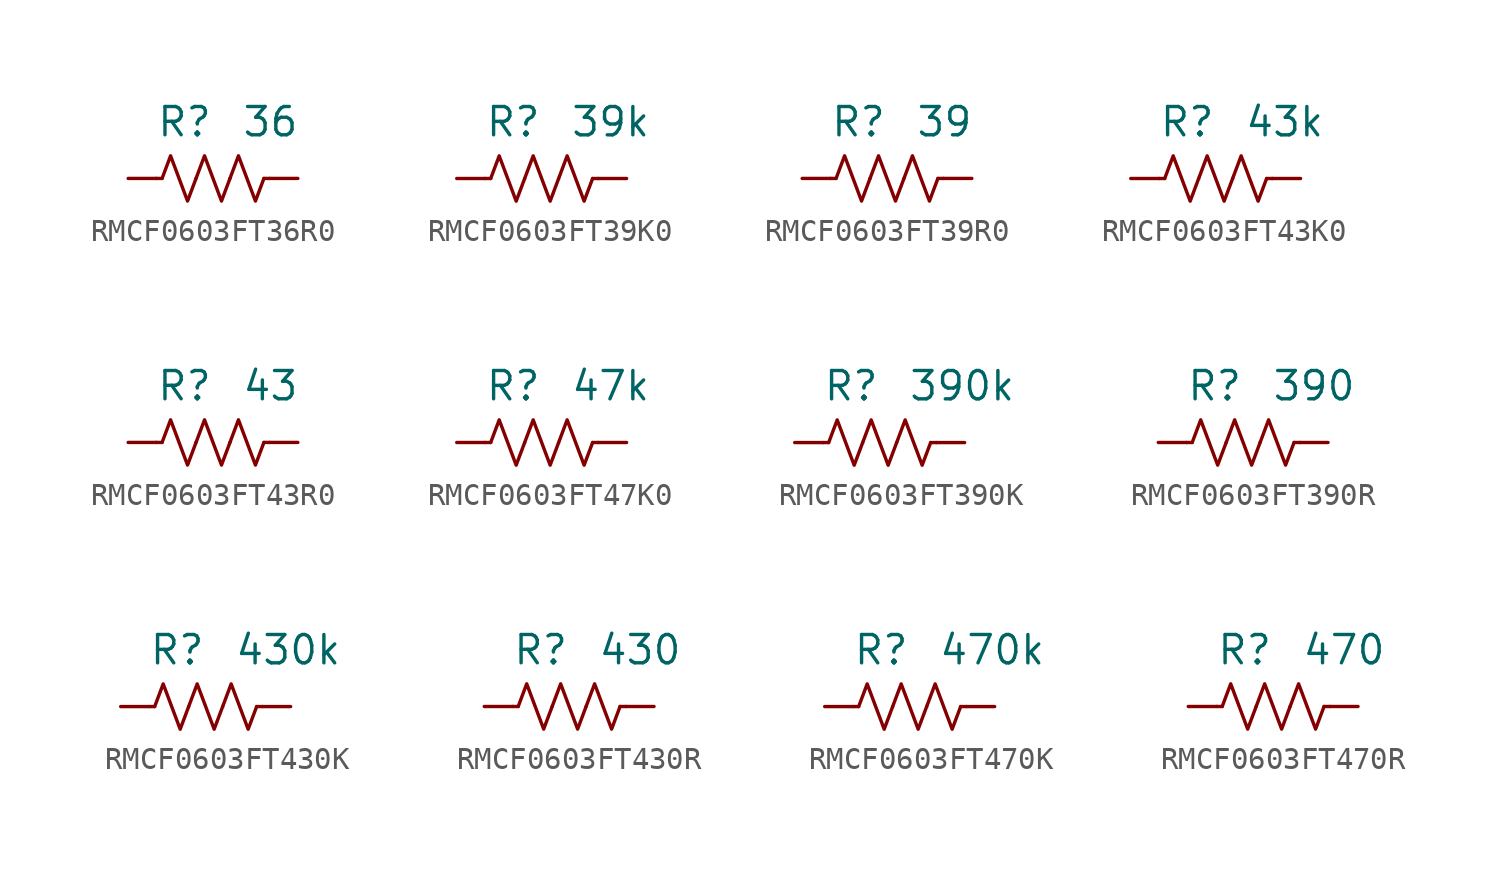
<source format=kicad_sym>
(kicad_symbol_lib
  (version 20241209)
  (generator "kicad_symbol_editor")
  (generator_version "9.0")
  (symbol "RMCF0603FT36R0"
    (pin_numbers
      (hide yes))
    (property "Reference" "R"
      (at 0 2.54 0)
      (effects (font (size 1.27 1.27)) (justify right)))
    (property "Value" "36"
      (at 1.27 2.54 0)
      (effects (font (size 1.27 1.27)) (justify left)))
    (symbol "RMCF0603FT36R0_0_1"
      (polyline (pts (xy -2.286 0) (xy -2.54 0)) (stroke (width 0) (type default)) (fill (type none)))
      (polyline (pts (xy -2.286 0) (xy -1.905 1.016) (xy -1.524 0) (xy -1.143 -1.016) (xy -0.762 0)) (stroke (width 0) (type default)) (fill (type none)))
      (polyline (pts (xy -0.762 0) (xy -0.381 1.016) (xy 0 0) (xy 0.381 -1.016) (xy 0.762 0)) (stroke (width 0) (type default)) (fill (type none)))
      (polyline (pts (xy 0.762 0) (xy 1.143 1.016) (xy 1.524 0) (xy 1.905 -1.016) (xy 2.286 0)) (stroke (width 0) (type default)) (fill (type none)))
      (polyline (pts (xy 2.286 0) (xy 2.54 0)) (stroke (width 0) (type default)) (fill (type none))))
    (symbol "RMCF0603FT36R0_1_1"
      (pin passive line (at -3.81 0 0) (length 1.27) (name "~" (effects (font (size 1.27 1.27)))) (number "1" (effects (font (size 1.27 1.27)))))
      (pin passive line (at 3.81 0 180) (length 1.27) (name "~" (effects (font (size 1.27 1.27)))) (number "2" (effects (font (size 1.27 1.27)))))))
  (symbol "RMCF0603FT39K0"
    (pin_numbers
      (hide yes))
    (property "Reference" "R"
      (at 0 2.54 0)
      (effects (font (size 1.27 1.27)) (justify right)))
    (property "Value" "39k"
      (at 1.27 2.54 0)
      (effects (font (size 1.27 1.27)) (justify left)))
    (symbol "RMCF0603FT39K0_0_1"
      (polyline (pts (xy -2.286 0) (xy -2.54 0)) (stroke (width 0) (type default)) (fill (type none)))
      (polyline (pts (xy -2.286 0) (xy -1.905 1.016) (xy -1.524 0) (xy -1.143 -1.016) (xy -0.762 0)) (stroke (width 0) (type default)) (fill (type none)))
      (polyline (pts (xy -0.762 0) (xy -0.381 1.016) (xy 0 0) (xy 0.381 -1.016) (xy 0.762 0)) (stroke (width 0) (type default)) (fill (type none)))
      (polyline (pts (xy 0.762 0) (xy 1.143 1.016) (xy 1.524 0) (xy 1.905 -1.016) (xy 2.286 0)) (stroke (width 0) (type default)) (fill (type none)))
      (polyline (pts (xy 2.286 0) (xy 2.54 0)) (stroke (width 0) (type default)) (fill (type none))))
    (symbol "RMCF0603FT39K0_1_1"
      (pin passive line (at -3.81 0 0) (length 1.27) (name "~" (effects (font (size 1.27 1.27)))) (number "1" (effects (font (size 1.27 1.27)))))
      (pin passive line (at 3.81 0 180) (length 1.27) (name "~" (effects (font (size 1.27 1.27)))) (number "2" (effects (font (size 1.27 1.27)))))))
  (symbol "RMCF0603FT39R0"
    (pin_numbers
      (hide yes))
    (property "Reference" "R"
      (at 0 2.54 0)
      (effects (font (size 1.27 1.27)) (justify right)))
    (property "Value" "39"
      (at 1.27 2.54 0)
      (effects (font (size 1.27 1.27)) (justify left)))
    (symbol "RMCF0603FT39R0_0_1"
      (polyline (pts (xy -2.286 0) (xy -2.54 0)) (stroke (width 0) (type default)) (fill (type none)))
      (polyline (pts (xy -2.286 0) (xy -1.905 1.016) (xy -1.524 0) (xy -1.143 -1.016) (xy -0.762 0)) (stroke (width 0) (type default)) (fill (type none)))
      (polyline (pts (xy -0.762 0) (xy -0.381 1.016) (xy 0 0) (xy 0.381 -1.016) (xy 0.762 0)) (stroke (width 0) (type default)) (fill (type none)))
      (polyline (pts (xy 0.762 0) (xy 1.143 1.016) (xy 1.524 0) (xy 1.905 -1.016) (xy 2.286 0)) (stroke (width 0) (type default)) (fill (type none)))
      (polyline (pts (xy 2.286 0) (xy 2.54 0)) (stroke (width 0) (type default)) (fill (type none))))
    (symbol "RMCF0603FT39R0_1_1"
      (pin passive line (at -3.81 0 0) (length 1.27) (name "~" (effects (font (size 1.27 1.27)))) (number "1" (effects (font (size 1.27 1.27)))))
      (pin passive line (at 3.81 0 180) (length 1.27) (name "~" (effects (font (size 1.27 1.27)))) (number "2" (effects (font (size 1.27 1.27)))))))
  (symbol "RMCF0603FT43K0"
    (pin_numbers
      (hide yes))
    (property "Reference" "R"
      (at 0 2.54 0)
      (effects (font (size 1.27 1.27)) (justify right)))
    (property "Value" "43k"
      (at 1.27 2.54 0)
      (effects (font (size 1.27 1.27)) (justify left)))
    (symbol "RMCF0603FT43K0_0_1"
      (polyline (pts (xy -2.286 0) (xy -2.54 0)) (stroke (width 0) (type default)) (fill (type none)))
      (polyline (pts (xy -2.286 0) (xy -1.905 1.016) (xy -1.524 0) (xy -1.143 -1.016) (xy -0.762 0)) (stroke (width 0) (type default)) (fill (type none)))
      (polyline (pts (xy -0.762 0) (xy -0.381 1.016) (xy 0 0) (xy 0.381 -1.016) (xy 0.762 0)) (stroke (width 0) (type default)) (fill (type none)))
      (polyline (pts (xy 0.762 0) (xy 1.143 1.016) (xy 1.524 0) (xy 1.905 -1.016) (xy 2.286 0)) (stroke (width 0) (type default)) (fill (type none)))
      (polyline (pts (xy 2.286 0) (xy 2.54 0)) (stroke (width 0) (type default)) (fill (type none))))
    (symbol "RMCF0603FT43K0_1_1"
      (pin passive line (at -3.81 0 0) (length 1.27) (name "~" (effects (font (size 1.27 1.27)))) (number "1" (effects (font (size 1.27 1.27)))))
      (pin passive line (at 3.81 0 180) (length 1.27) (name "~" (effects (font (size 1.27 1.27)))) (number "2" (effects (font (size 1.27 1.27)))))))
  (symbol "RMCF0603FT43R0"
    (pin_numbers
      (hide yes))
    (property "Reference" "R"
      (at 0 2.54 0)
      (effects (font (size 1.27 1.27)) (justify right)))
    (property "Value" "43"
      (at 1.27 2.54 0)
      (effects (font (size 1.27 1.27)) (justify left)))
    (symbol "RMCF0603FT43R0_0_1"
      (polyline (pts (xy -2.286 0) (xy -2.54 0)) (stroke (width 0) (type default)) (fill (type none)))
      (polyline (pts (xy -2.286 0) (xy -1.905 1.016) (xy -1.524 0) (xy -1.143 -1.016) (xy -0.762 0)) (stroke (width 0) (type default)) (fill (type none)))
      (polyline (pts (xy -0.762 0) (xy -0.381 1.016) (xy 0 0) (xy 0.381 -1.016) (xy 0.762 0)) (stroke (width 0) (type default)) (fill (type none)))
      (polyline (pts (xy 0.762 0) (xy 1.143 1.016) (xy 1.524 0) (xy 1.905 -1.016) (xy 2.286 0)) (stroke (width 0) (type default)) (fill (type none)))
      (polyline (pts (xy 2.286 0) (xy 2.54 0)) (stroke (width 0) (type default)) (fill (type none))))
    (symbol "RMCF0603FT43R0_1_1"
      (pin passive line (at -3.81 0 0) (length 1.27) (name "~" (effects (font (size 1.27 1.27)))) (number "1" (effects (font (size 1.27 1.27)))))
      (pin passive line (at 3.81 0 180) (length 1.27) (name "~" (effects (font (size 1.27 1.27)))) (number "2" (effects (font (size 1.27 1.27)))))))
  (symbol "RMCF0603FT47K0"
    (pin_numbers
      (hide yes))
    (property "Reference" "R"
      (at 0 2.54 0)
      (effects (font (size 1.27 1.27)) (justify right)))
    (property "Value" "47k"
      (at 1.27 2.54 0)
      (effects (font (size 1.27 1.27)) (justify left)))
    (symbol "RMCF0603FT47K0_0_1"
      (polyline (pts (xy -2.286 0) (xy -2.54 0)) (stroke (width 0) (type default)) (fill (type none)))
      (polyline (pts (xy -2.286 0) (xy -1.905 1.016) (xy -1.524 0) (xy -1.143 -1.016) (xy -0.762 0)) (stroke (width 0) (type default)) (fill (type none)))
      (polyline (pts (xy -0.762 0) (xy -0.381 1.016) (xy 0 0) (xy 0.381 -1.016) (xy 0.762 0)) (stroke (width 0) (type default)) (fill (type none)))
      (polyline (pts (xy 0.762 0) (xy 1.143 1.016) (xy 1.524 0) (xy 1.905 -1.016) (xy 2.286 0)) (stroke (width 0) (type default)) (fill (type none)))
      (polyline (pts (xy 2.286 0) (xy 2.54 0)) (stroke (width 0) (type default)) (fill (type none))))
    (symbol "RMCF0603FT47K0_1_1"
      (pin passive line (at -3.81 0 0) (length 1.27) (name "~" (effects (font (size 1.27 1.27)))) (number "1" (effects (font (size 1.27 1.27)))))
      (pin passive line (at 3.81 0 180) (length 1.27) (name "~" (effects (font (size 1.27 1.27)))) (number "2" (effects (font (size 1.27 1.27)))))))
  (symbol "RMCF0603FT390K"
    (pin_numbers
      (hide yes))
    (property "Reference" "R"
      (at 0 2.54 0)
      (effects (font (size 1.27 1.27)) (justify right)))
    (property "Value" "390k"
      (at 1.27 2.54 0)
      (effects (font (size 1.27 1.27)) (justify left)))
    (symbol "RMCF0603FT390K_0_1"
      (polyline (pts (xy -2.286 0) (xy -2.54 0)) (stroke (width 0) (type default)) (fill (type none)))
      (polyline (pts (xy -2.286 0) (xy -1.905 1.016) (xy -1.524 0) (xy -1.143 -1.016) (xy -0.762 0)) (stroke (width 0) (type default)) (fill (type none)))
      (polyline (pts (xy -0.762 0) (xy -0.381 1.016) (xy 0 0) (xy 0.381 -1.016) (xy 0.762 0)) (stroke (width 0) (type default)) (fill (type none)))
      (polyline (pts (xy 0.762 0) (xy 1.143 1.016) (xy 1.524 0) (xy 1.905 -1.016) (xy 2.286 0)) (stroke (width 0) (type default)) (fill (type none)))
      (polyline (pts (xy 2.286 0) (xy 2.54 0)) (stroke (width 0) (type default)) (fill (type none))))
    (symbol "RMCF0603FT390K_1_1"
      (pin passive line (at -3.81 0 0) (length 1.27) (name "~" (effects (font (size 1.27 1.27)))) (number "1" (effects (font (size 1.27 1.27)))))
      (pin passive line (at 3.81 0 180) (length 1.27) (name "~" (effects (font (size 1.27 1.27)))) (number "2" (effects (font (size 1.27 1.27)))))))
  (symbol "RMCF0603FT390R"
    (pin_numbers
      (hide yes))
    (property "Reference" "R"
      (at 0 2.54 0)
      (effects (font (size 1.27 1.27)) (justify right)))
    (property "Value" "390"
      (at 1.27 2.54 0)
      (effects (font (size 1.27 1.27)) (justify left)))
    (symbol "RMCF0603FT390R_0_1"
      (polyline (pts (xy -2.286 0) (xy -2.54 0)) (stroke (width 0) (type default)) (fill (type none)))
      (polyline (pts (xy -2.286 0) (xy -1.905 1.016) (xy -1.524 0) (xy -1.143 -1.016) (xy -0.762 0)) (stroke (width 0) (type default)) (fill (type none)))
      (polyline (pts (xy -0.762 0) (xy -0.381 1.016) (xy 0 0) (xy 0.381 -1.016) (xy 0.762 0)) (stroke (width 0) (type default)) (fill (type none)))
      (polyline (pts (xy 0.762 0) (xy 1.143 1.016) (xy 1.524 0) (xy 1.905 -1.016) (xy 2.286 0)) (stroke (width 0) (type default)) (fill (type none)))
      (polyline (pts (xy 2.286 0) (xy 2.54 0)) (stroke (width 0) (type default)) (fill (type none))))
    (symbol "RMCF0603FT390R_1_1"
      (pin passive line (at -3.81 0 0) (length 1.27) (name "~" (effects (font (size 1.27 1.27)))) (number "1" (effects (font (size 1.27 1.27)))))
      (pin passive line (at 3.81 0 180) (length 1.27) (name "~" (effects (font (size 1.27 1.27)))) (number "2" (effects (font (size 1.27 1.27)))))))
  (symbol "RMCF0603FT430K"
    (pin_numbers
      (hide yes))
    (property "Reference" "R"
      (at 0 2.54 0)
      (effects (font (size 1.27 1.27)) (justify right)))
    (property "Value" "430k"
      (at 1.27 2.54 0)
      (effects (font (size 1.27 1.27)) (justify left)))
    (symbol "RMCF0603FT430K_0_1"
      (polyline (pts (xy -2.286 0) (xy -2.54 0)) (stroke (width 0) (type default)) (fill (type none)))
      (polyline (pts (xy -2.286 0) (xy -1.905 1.016) (xy -1.524 0) (xy -1.143 -1.016) (xy -0.762 0)) (stroke (width 0) (type default)) (fill (type none)))
      (polyline (pts (xy -0.762 0) (xy -0.381 1.016) (xy 0 0) (xy 0.381 -1.016) (xy 0.762 0)) (stroke (width 0) (type default)) (fill (type none)))
      (polyline (pts (xy 0.762 0) (xy 1.143 1.016) (xy 1.524 0) (xy 1.905 -1.016) (xy 2.286 0)) (stroke (width 0) (type default)) (fill (type none)))
      (polyline (pts (xy 2.286 0) (xy 2.54 0)) (stroke (width 0) (type default)) (fill (type none))))
    (symbol "RMCF0603FT430K_1_1"
      (pin passive line (at -3.81 0 0) (length 1.27) (name "~" (effects (font (size 1.27 1.27)))) (number "1" (effects (font (size 1.27 1.27)))))
      (pin passive line (at 3.81 0 180) (length 1.27) (name "~" (effects (font (size 1.27 1.27)))) (number "2" (effects (font (size 1.27 1.27)))))))
  (symbol "RMCF0603FT430R"
    (pin_numbers
      (hide yes))
    (property "Reference" "R"
      (at 0 2.54 0)
      (effects (font (size 1.27 1.27)) (justify right)))
    (property "Value" "430"
      (at 1.27 2.54 0)
      (effects (font (size 1.27 1.27)) (justify left)))
    (symbol "RMCF0603FT430R_0_1"
      (polyline (pts (xy -2.286 0) (xy -2.54 0)) (stroke (width 0) (type default)) (fill (type none)))
      (polyline (pts (xy -2.286 0) (xy -1.905 1.016) (xy -1.524 0) (xy -1.143 -1.016) (xy -0.762 0)) (stroke (width 0) (type default)) (fill (type none)))
      (polyline (pts (xy -0.762 0) (xy -0.381 1.016) (xy 0 0) (xy 0.381 -1.016) (xy 0.762 0)) (stroke (width 0) (type default)) (fill (type none)))
      (polyline (pts (xy 0.762 0) (xy 1.143 1.016) (xy 1.524 0) (xy 1.905 -1.016) (xy 2.286 0)) (stroke (width 0) (type default)) (fill (type none)))
      (polyline (pts (xy 2.286 0) (xy 2.54 0)) (stroke (width 0) (type default)) (fill (type none))))
    (symbol "RMCF0603FT430R_1_1"
      (pin passive line (at -3.81 0 0) (length 1.27) (name "~" (effects (font (size 1.27 1.27)))) (number "1" (effects (font (size 1.27 1.27)))))
      (pin passive line (at 3.81 0 180) (length 1.27) (name "~" (effects (font (size 1.27 1.27)))) (number "2" (effects (font (size 1.27 1.27)))))))
  (symbol "RMCF0603FT470K"
    (pin_numbers
      (hide yes))
    (property "Reference" "R"
      (at 0 2.54 0)
      (effects (font (size 1.27 1.27)) (justify right)))
    (property "Value" "470k"
      (at 1.27 2.54 0)
      (effects (font (size 1.27 1.27)) (justify left)))
    (symbol "RMCF0603FT470K_0_1"
      (polyline (pts (xy -2.286 0) (xy -2.54 0)) (stroke (width 0) (type default)) (fill (type none)))
      (polyline (pts (xy -2.286 0) (xy -1.905 1.016) (xy -1.524 0) (xy -1.143 -1.016) (xy -0.762 0)) (stroke (width 0) (type default)) (fill (type none)))
      (polyline (pts (xy -0.762 0) (xy -0.381 1.016) (xy 0 0) (xy 0.381 -1.016) (xy 0.762 0)) (stroke (width 0) (type default)) (fill (type none)))
      (polyline (pts (xy 0.762 0) (xy 1.143 1.016) (xy 1.524 0) (xy 1.905 -1.016) (xy 2.286 0)) (stroke (width 0) (type default)) (fill (type none)))
      (polyline (pts (xy 2.286 0) (xy 2.54 0)) (stroke (width 0) (type default)) (fill (type none))))
    (symbol "RMCF0603FT470K_1_1"
      (pin passive line (at -3.81 0 0) (length 1.27) (name "~" (effects (font (size 1.27 1.27)))) (number "1" (effects (font (size 1.27 1.27)))))
      (pin passive line (at 3.81 0 180) (length 1.27) (name "~" (effects (font (size 1.27 1.27)))) (number "2" (effects (font (size 1.27 1.27)))))))
  (symbol "RMCF0603FT470R"
    (pin_numbers
      (hide yes))
    (property "Reference" "R"
      (at 0 2.54 0)
      (effects (font (size 1.27 1.27)) (justify right)))
    (property "Value" "470"
      (at 1.27 2.54 0)
      (effects (font (size 1.27 1.27)) (justify left)))
    (symbol "RMCF0603FT470R_0_1"
      (polyline (pts (xy -2.286 0) (xy -2.54 0)) (stroke (width 0) (type default)) (fill (type none)))
      (polyline (pts (xy -2.286 0) (xy -1.905 1.016) (xy -1.524 0) (xy -1.143 -1.016) (xy -0.762 0)) (stroke (width 0) (type default)) (fill (type none)))
      (polyline (pts (xy -0.762 0) (xy -0.381 1.016) (xy 0 0) (xy 0.381 -1.016) (xy 0.762 0)) (stroke (width 0) (type default)) (fill (type none)))
      (polyline (pts (xy 0.762 0) (xy 1.143 1.016) (xy 1.524 0) (xy 1.905 -1.016) (xy 2.286 0)) (stroke (width 0) (type default)) (fill (type none)))
      (polyline (pts (xy 2.286 0) (xy 2.54 0)) (stroke (width 0) (type default)) (fill (type none))))
    (symbol "RMCF0603FT470R_1_1"
      (pin passive line (at -3.81 0 0) (length 1.27) (name "~" (effects (font (size 1.27 1.27)))) (number "1" (effects (font (size 1.27 1.27)))))
      (pin passive line (at 3.81 0 180) (length 1.27) (name "~" (effects (font (size 1.27 1.27)))) (number "2" (effects (font (size 1.27 1.27))))))))
</source>
